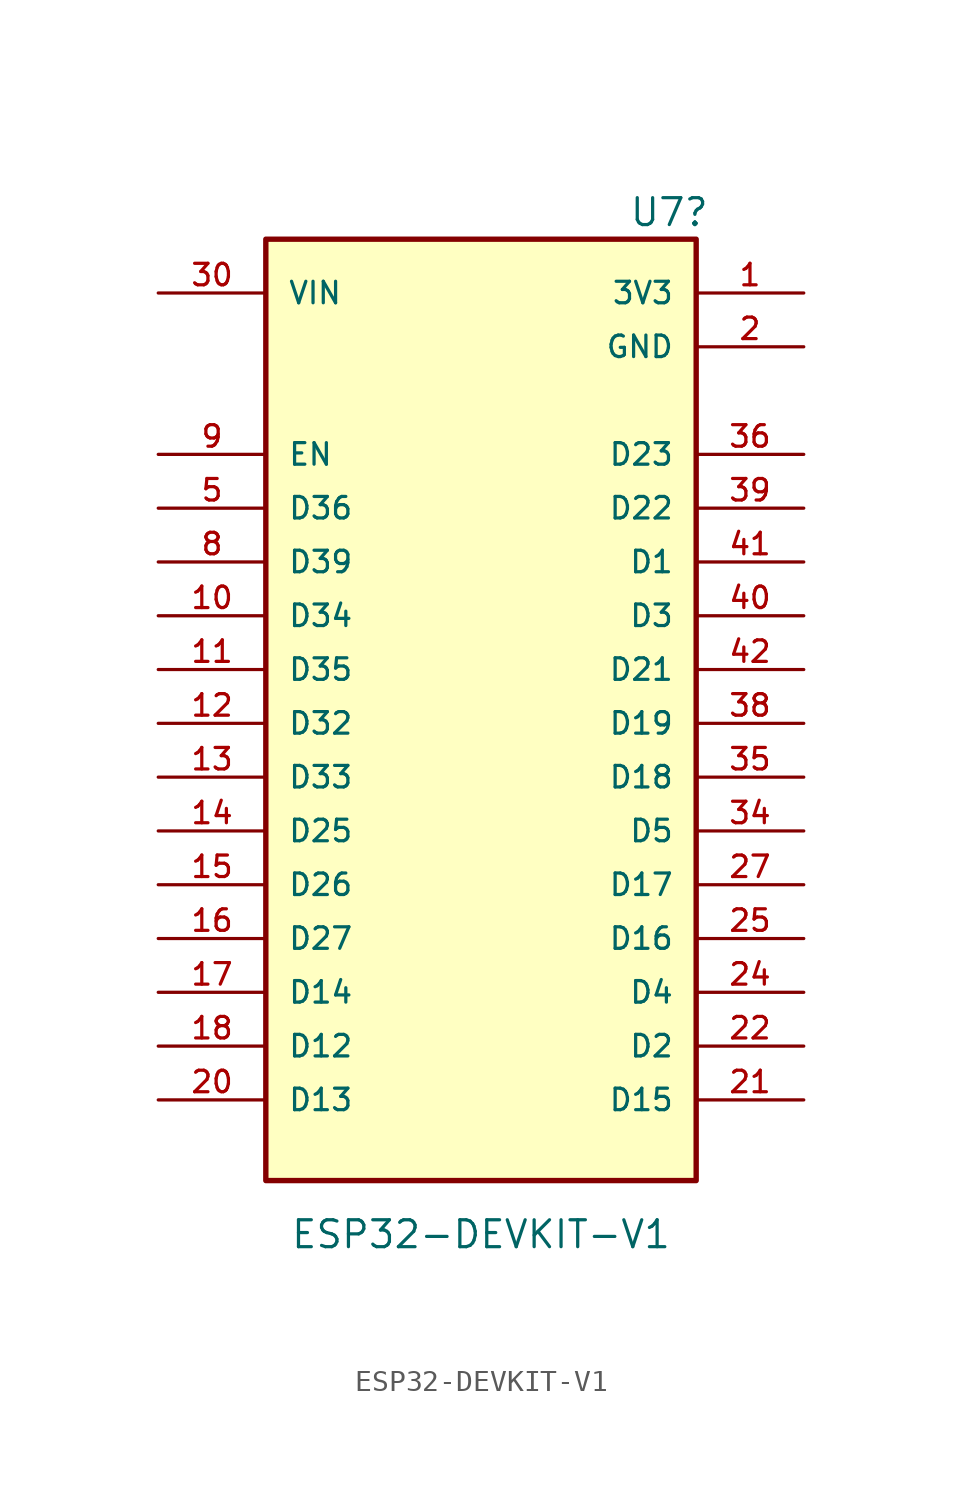
<source format=kicad_sym>
(kicad_symbol_lib
  (version 20211014)
  (generator kicad_symbol_editor)
  (symbol "ESP32-DEVKIT-V1"
    (pin_names
      (offset 1.016))
    (property "Reference" "U7"
      (at 8.89 29.21 0)
      (effects (font (size 1.27 1.27))))
    (property "Value" "ESP32-DEVKIT-V1"
      (at 0 -19.05 0)
      (effects (font (size 1.27 1.27))))
    (symbol "ESP32-DEVKIT-V1_0_0"
      (rectangle (start -10.16 27.94) (end 10.16 -16.51) (stroke (width 0.254) (type default) (color 0 0 0 0)) (fill (type background)))
      (pin power_in line (at 15.24 25.4 180) (length 5.08) (name "3V3" (effects (font (size 1.016 1.016)))) (number "1" (effects (font (size 1.016 1.016)))))
      (pin bidirectional line (at -15.24 10.16 0) (length 5.08) (name "D34" (effects (font (size 1.016 1.016)))) (number "10" (effects (font (size 1.016 1.016)))))
      (pin bidirectional line (at -15.24 7.62 0) (length 5.08) (name "D35" (effects (font (size 1.016 1.016)))) (number "11" (effects (font (size 1.016 1.016)))))
      (pin bidirectional line (at -15.24 5.08 0) (length 5.08) (name "D32" (effects (font (size 1.016 1.016)))) (number "12" (effects (font (size 1.016 1.016)))))
      (pin bidirectional line (at -15.24 2.54 0) (length 5.08) (name "D33" (effects (font (size 1.016 1.016)))) (number "13" (effects (font (size 1.016 1.016)))))
      (pin bidirectional line (at -15.24 0 0) (length 5.08) (name "D25" (effects (font (size 1.016 1.016)))) (number "14" (effects (font (size 1.016 1.016)))))
      (pin bidirectional line (at -15.24 -2.54 0) (length 5.08) (name "D26" (effects (font (size 1.016 1.016)))) (number "15" (effects (font (size 1.016 1.016)))))
      (pin bidirectional line (at -15.24 -5.08 0) (length 5.08) (name "D27" (effects (font (size 1.016 1.016)))) (number "16" (effects (font (size 1.016 1.016)))))
      (pin bidirectional line (at -15.24 -7.62 0) (length 5.08) (name "D14" (effects (font (size 1.016 1.016)))) (number "17" (effects (font (size 1.016 1.016)))))
      (pin bidirectional line (at -15.24 -10.16 0) (length 5.08) (name "D12" (effects (font (size 1.016 1.016)))) (number "18" (effects (font (size 1.016 1.016)))))
      (pin power_in line (at 15.24 22.86 180) (length 5.08) (name "GND" (effects (font (size 1.016 1.016)))) (number "2" (effects (font (size 1.016 1.016)))))
      (pin bidirectional line (at -15.24 -12.7 0) (length 5.08) (name "D13" (effects (font (size 1.016 1.016)))) (number "20" (effects (font (size 1.016 1.016)))))
      (pin bidirectional line (at 15.24 -12.7 180) (length 5.08) (name "D15" (effects (font (size 1.016 1.016)))) (number "21" (effects (font (size 1.016 1.016)))))
      (pin bidirectional line (at 15.24 -10.16 180) (length 5.08) (name "D2" (effects (font (size 1.016 1.016)))) (number "22" (effects (font (size 1.016 1.016)))))
      (pin bidirectional line (at 15.24 -7.62 180) (length 5.08) (name "D4" (effects (font (size 1.016 1.016)))) (number "24" (effects (font (size 1.016 1.016)))))
      (pin bidirectional line (at 15.24 -5.08 180) (length 5.08) (name "D16" (effects (font (size 1.016 1.016)))) (number "25" (effects (font (size 1.016 1.016)))))
      (pin bidirectional line (at 15.24 -2.54 180) (length 5.08) (name "D17" (effects (font (size 1.016 1.016)))) (number "27" (effects (font (size 1.016 1.016)))))
      (pin power_in line (at -15.24 25.4 0) (length 5.08) (name "VIN" (effects (font (size 1.016 1.016)))) (number "30" (effects (font (size 1.016 1.016)))))
      (pin bidirectional line (at 15.24 0 180) (length 5.08) (name "D5" (effects (font (size 1.016 1.016)))) (number "34" (effects (font (size 1.016 1.016)))))
      (pin bidirectional line (at 15.24 2.54 180) (length 5.08) (name "D18" (effects (font (size 1.016 1.016)))) (number "35" (effects (font (size 1.016 1.016)))))
      (pin bidirectional line (at 15.24 17.78 180) (length 5.08) (name "D23" (effects (font (size 1.016 1.016)))) (number "36" (effects (font (size 1.016 1.016)))))
      (pin bidirectional line (at 15.24 5.08 180) (length 5.08) (name "D19" (effects (font (size 1.016 1.016)))) (number "38" (effects (font (size 1.016 1.016)))))
      (pin bidirectional line (at 15.24 15.24 180) (length 5.08) (name "D22" (effects (font (size 1.016 1.016)))) (number "39" (effects (font (size 1.016 1.016)))))
      (pin bidirectional line (at 15.24 10.16 180) (length 5.08) (name "D3" (effects (font (size 1.016 1.016)))) (number "40" (effects (font (size 1.016 1.016)))))
      (pin bidirectional line (at 15.24 12.7 180) (length 5.08) (name "D1" (effects (font (size 1.016 1.016)))) (number "41" (effects (font (size 1.016 1.016)))))
      (pin bidirectional line (at 15.24 7.62 180) (length 5.08) (name "D21" (effects (font (size 1.016 1.016)))) (number "42" (effects (font (size 1.016 1.016)))))
      (pin bidirectional line (at -15.24 15.24 0) (length 5.08) (name "D36" (effects (font (size 1.016 1.016)))) (number "5" (effects (font (size 1.016 1.016)))))
      (pin bidirectional line (at -15.24 12.7 0) (length 5.08) (name "D39" (effects (font (size 1.016 1.016)))) (number "8" (effects (font (size 1.016 1.016)))))
      (pin input line (at -15.24 17.78 0) (length 5.08) (name "EN" (effects (font (size 1.016 1.016)))) (number "9" (effects (font (size 1.016 1.016))))))))
</source>
